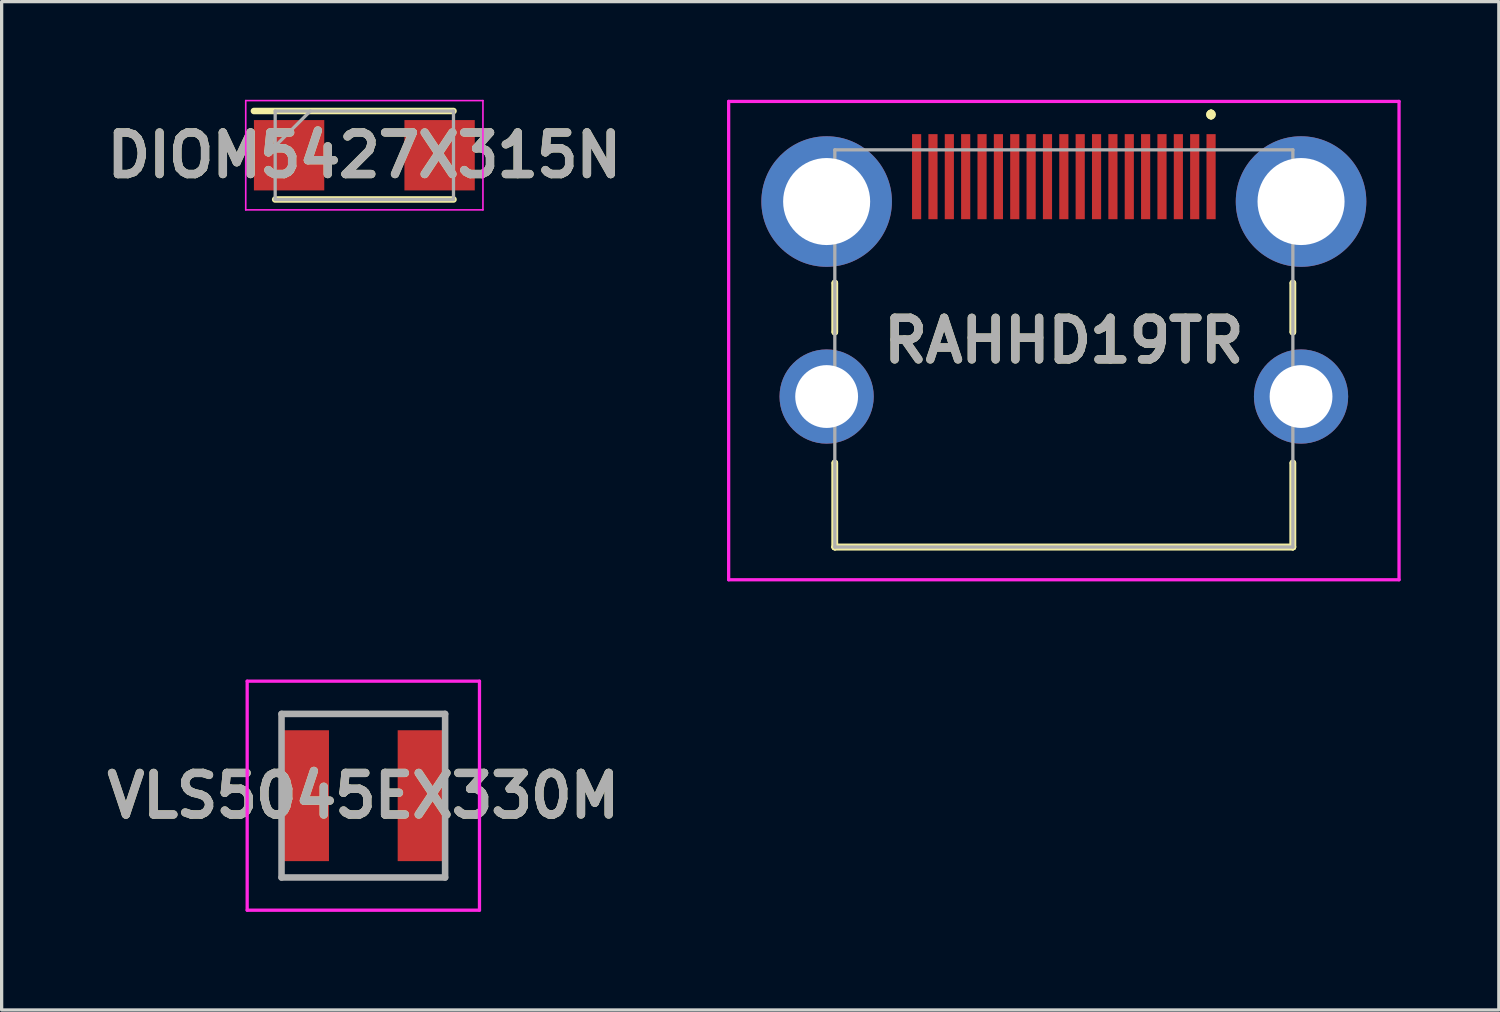
<source format=kicad_pcb>
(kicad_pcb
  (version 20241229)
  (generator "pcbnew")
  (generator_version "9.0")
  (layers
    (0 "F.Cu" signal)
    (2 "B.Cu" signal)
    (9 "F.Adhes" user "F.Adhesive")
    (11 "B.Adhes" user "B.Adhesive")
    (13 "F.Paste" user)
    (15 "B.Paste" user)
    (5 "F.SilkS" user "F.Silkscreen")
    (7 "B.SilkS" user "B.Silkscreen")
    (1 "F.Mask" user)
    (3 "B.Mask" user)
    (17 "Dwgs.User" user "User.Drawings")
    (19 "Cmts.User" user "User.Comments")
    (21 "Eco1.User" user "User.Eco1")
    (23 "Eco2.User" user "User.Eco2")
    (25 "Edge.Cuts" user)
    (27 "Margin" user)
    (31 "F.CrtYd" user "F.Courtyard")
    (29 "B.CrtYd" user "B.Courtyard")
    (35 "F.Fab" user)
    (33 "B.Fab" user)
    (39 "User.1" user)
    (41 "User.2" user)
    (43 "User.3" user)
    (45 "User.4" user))
  (footprint "VLS5045EX330M"
    (layer "F.Cu")
    (at 8.055 21.27)
    (property "Reference" "VLS5045EX330M" (at 0 0 0) (layer "F.SilkS") (effects (font (size 1.27 1.27) (thickness 0.254))))
    (attr smd)
    (fp_line (start -2.5 -2.5) (end 2.5 -2.5) (stroke (width 0.1) (type solid)) (layer "F.SilkS"))
    (fp_line (start -2.5 2.5) (end 2.54 2.5) (stroke (width 0.1) (type solid)) (layer "F.SilkS"))
    (fp_line (start -3.55 -3.5) (end 3.55 -3.5) (stroke (width 0.1) (type solid)) (layer "F.CrtYd"))
    (fp_line (start -3.55 3.5) (end -3.55 -3.5) (stroke (width 0.1) (type solid)) (layer "F.CrtYd"))
    (fp_line (start 3.55 -3.5) (end 3.55 3.5) (stroke (width 0.1) (type solid)) (layer "F.CrtYd"))
    (fp_line (start 3.55 3.5) (end -3.55 3.5) (stroke (width 0.1) (type solid)) (layer "F.CrtYd"))
    (fp_line (start -2.5 -2.5) (end 2.5 -2.5) (stroke (width 0.2) (type solid)) (layer "F.Fab"))
    (fp_line (start -2.5 2.5) (end -2.5 -2.5) (stroke (width 0.2) (type solid)) (layer "F.Fab"))
    (fp_line (start 2.5 -2.5) (end 2.5 2.5) (stroke (width 0.2) (type solid)) (layer "F.Fab"))
    (fp_line (start 2.5 2.5) (end -2.5 2.5) (stroke (width 0.2) (type solid)) (layer "F.Fab"))
    (fp_text user "${REFERENCE}" (at 0 0 0) (layer "F.Fab") (effects (font (size 1.27 1.27) (thickness 0.254))))
    (pad "1" smd rect (at -1.8 0) (size 1.5 4) (layers "F.Cu" "F.Mask" "F.Paste"))
    (pad "2" smd rect (at 1.8 0) (size 1.5 4) (layers "F.Cu" "F.Mask" "F.Paste")))
  (footprint "RAHHD19TR"
    (layer "F.Cu")
    (at 29.466 7.6)
    (property "Reference" "RAHHD19TR" (at 0 -0.24 0) (layer "F.SilkS") (effects (font (size 1.27 1.27) (thickness 0.254))))
    (attr through_hole)
    (fp_line (start -7 -2) (end -7 -2) (stroke (width 0.2) (type solid)) (layer "F.SilkS"))
    (fp_line (start -7 -2) (end -7 -0.5) (stroke (width 0.2) (type solid)) (layer "F.SilkS"))
    (fp_line (start -7 -0.5) (end -7 -2) (stroke (width 0.2) (type solid)) (layer "F.SilkS"))
    (fp_line (start -7 -0.5) (end -7 -0.5) (stroke (width 0.2) (type solid)) (layer "F.SilkS"))
    (fp_line (start -7 3.5) (end -7 3.5) (stroke (width 0.2) (type solid)) (layer "F.SilkS"))
    (fp_line (start -7 3.5) (end -7 6.07) (stroke (width 0.2) (type solid)) (layer "F.SilkS"))
    (fp_line (start -7 6.07) (end -7 3.5) (stroke (width 0.2) (type solid)) (layer "F.SilkS"))
    (fp_line (start -7 6.07) (end -7 6.07) (stroke (width 0.2) (type solid)) (layer "F.SilkS"))
    (fp_line (start -7 6.07) (end -7 6.07) (stroke (width 0.2) (type solid)) (layer "F.SilkS"))
    (fp_line (start -7 6.07) (end 7 6.07) (stroke (width 0.2) (type solid)) (layer "F.SilkS"))
    (fp_line (start 4.5 -7.2) (end 4.5 -7.2) (stroke (width 0.2) (type solid)) (layer "F.SilkS"))
    (fp_line (start 4.5 -7.2) (end 4.5 -7.2) (stroke (width 0.2) (type solid)) (layer "F.SilkS"))
    (fp_line (start 4.5 -7.1) (end 4.5 -7.1) (stroke (width 0.2) (type solid)) (layer "F.SilkS"))
    (fp_line (start 7 -2) (end 7 -2) (stroke (width 0.2) (type solid)) (layer "F.SilkS"))
    (fp_line (start 7 -2) (end 7 -0.5) (stroke (width 0.2) (type solid)) (layer "F.SilkS"))
    (fp_line (start 7 -0.5) (end 7 -2) (stroke (width 0.2) (type solid)) (layer "F.SilkS"))
    (fp_line (start 7 -0.5) (end 7 -0.5) (stroke (width 0.2) (type solid)) (layer "F.SilkS"))
    (fp_line (start 7 3.5) (end 7 3.5) (stroke (width 0.2) (type solid)) (layer "F.SilkS"))
    (fp_line (start 7 3.5) (end 7 6.07) (stroke (width 0.2) (type solid)) (layer "F.SilkS"))
    (fp_line (start 7 6.07) (end -7 6.07) (stroke (width 0.2) (type solid)) (layer "F.SilkS"))
    (fp_line (start 7 6.07) (end 7 3.5) (stroke (width 0.2) (type solid)) (layer "F.SilkS"))
    (fp_line (start 7 6.07) (end 7 6.07) (stroke (width 0.2) (type solid)) (layer "F.SilkS"))
    (fp_line (start 7 6.07) (end 7 6.07) (stroke (width 0.2) (type solid)) (layer "F.SilkS"))
    (fp_arc (start 4.5 -7.2) (mid 4.55 -7.15) (end 4.5 -7.1) (stroke (width 0.2) (type solid)) (layer "F.SilkS"))
    (fp_arc (start 4.5 -7.1) (mid 4.45 -7.15) (end 4.5 -7.2) (stroke (width 0.2) (type solid)) (layer "F.SilkS"))
    (fp_arc (start 4.5 -7.1) (mid 4.45 -7.15) (end 4.5 -7.2) (stroke (width 0.2) (type solid)) (layer "F.SilkS"))
    (fp_line (start -10.245 -7.55) (end 10.245 -7.55) (stroke (width 0.1) (type solid)) (layer "F.CrtYd"))
    (fp_line (start -10.245 7.07) (end -10.245 -7.55) (stroke (width 0.1) (type solid)) (layer "F.CrtYd"))
    (fp_line (start 10.245 -7.55) (end 10.245 7.07) (stroke (width 0.1) (type solid)) (layer "F.CrtYd"))
    (fp_line (start 10.245 7.07) (end -10.245 7.07) (stroke (width 0.1) (type solid)) (layer "F.CrtYd"))
    (fp_line (start -7 -6.07) (end -7 6.07) (stroke (width 0.1) (type solid)) (layer "F.Fab"))
    (fp_line (start -7 6.07) (end 7 6.07) (stroke (width 0.1) (type solid)) (layer "F.Fab"))
    (fp_line (start 7 -6.07) (end -7 -6.07) (stroke (width 0.1) (type solid)) (layer "F.Fab"))
    (fp_line (start 7 6.07) (end 7 -6.07) (stroke (width 0.1) (type solid)) (layer "F.Fab"))
    (fp_text user "${REFERENCE}" (at 0 -0.24 0) (layer "F.Fab") (effects (font (size 1.27 1.27) (thickness 0.254))))
    (pad "1" smd rect (at 4.5 -5.25) (size 0.28 2.6) (layers "F.Cu" "F.Mask" "F.Paste"))
    (pad "2" smd rect (at 4 -5.25) (size 0.28 2.6) (layers "F.Cu" "F.Mask" "F.Paste"))
    (pad "3" smd rect (at 3.5 -5.25) (size 0.28 2.6) (layers "F.Cu" "F.Mask" "F.Paste"))
    (pad "4" smd rect (at 3 -5.25) (size 0.28 2.6) (layers "F.Cu" "F.Mask" "F.Paste"))
    (pad "5" smd rect (at 2.5 -5.25) (size 0.28 2.6) (layers "F.Cu" "F.Mask" "F.Paste"))
    (pad "6" smd rect (at 2 -5.25) (size 0.28 2.6) (layers "F.Cu" "F.Mask" "F.Paste"))
    (pad "7" smd rect (at 1.5 -5.25) (size 0.28 2.6) (layers "F.Cu" "F.Mask" "F.Paste"))
    (pad "8" smd rect (at 1 -5.25) (size 0.28 2.6) (layers "F.Cu" "F.Mask" "F.Paste"))
    (pad "9" smd rect (at 0.5 -5.25) (size 0.28 2.6) (layers "F.Cu" "F.Mask" "F.Paste"))
    (pad "10" smd rect (at 0 -5.25) (size 0.28 2.6) (layers "F.Cu" "F.Mask" "F.Paste"))
    (pad "11" smd rect (at -0.5 -5.25) (size 0.28 2.6) (layers "F.Cu" "F.Mask" "F.Paste"))
    (pad "12" smd rect (at -1 -5.25) (size 0.28 2.6) (layers "F.Cu" "F.Mask" "F.Paste"))
    (pad "13" smd rect (at -1.5 -5.25) (size 0.28 2.6) (layers "F.Cu" "F.Mask" "F.Paste"))
    (pad "14" smd rect (at -2 -5.25) (size 0.28 2.6) (layers "F.Cu" "F.Mask" "F.Paste"))
    (pad "15" smd rect (at -2.5 -5.25) (size 0.28 2.6) (layers "F.Cu" "F.Mask" "F.Paste"))
    (pad "16" smd rect (at -3 -5.25) (size 0.28 2.6) (layers "F.Cu" "F.Mask" "F.Paste"))
    (pad "17" smd rect (at -3.5 -5.25) (size 0.28 2.6) (layers "F.Cu" "F.Mask" "F.Paste"))
    (pad "18" smd rect (at -4 -5.25) (size 0.28 2.6) (layers "F.Cu" "F.Mask" "F.Paste"))
    (pad "19" smd rect (at -4.5 -5.25) (size 0.28 2.6) (layers "F.Cu" "F.Mask" "F.Paste"))
    (pad "MH1" thru_hole circle (at 7.25 -4.49) (size 3.99 3.99) (drill 2.66) (layers "*.Cu" "*.Mask"))
    (pad "MH2" thru_hole circle (at -7.25 -4.49) (size 3.99 3.99) (drill 2.66) (layers "*.Cu" "*.Mask"))
    (pad "MH3" thru_hole circle (at 7.25 1.47) (size 2.88 2.88) (drill 1.92) (layers "*.Cu" "*.Mask"))
    (pad "MH4" thru_hole circle (at -7.25 1.47) (size 2.88 2.88) (drill 1.92) (layers "*.Cu" "*.Mask")))
  (footprint "DIOM5427X315N"
    (layer "F.Cu")
    (at 8.086 1.695)
    (property "Reference" "DIOM5427X315N" (at 0 0 0) (layer "F.SilkS") (effects (font (size 1.27 1.27) (thickness 0.254))))
    (attr smd)
    (fp_line (start -2.725 1.352) (end 2.725 1.352) (stroke (width 0.2) (type solid)) (layer "F.SilkS"))
    (fp_line (start 2.725 -1.352) (end -3.375 -1.352) (stroke (width 0.2) (type solid)) (layer "F.SilkS"))
    (fp_line (start -3.625 -1.67) (end 3.625 -1.67) (stroke (width 0.05) (type solid)) (layer "F.CrtYd"))
    (fp_line (start -3.625 1.67) (end -3.625 -1.67) (stroke (width 0.05) (type solid)) (layer "F.CrtYd"))
    (fp_line (start 3.625 -1.67) (end 3.625 1.67) (stroke (width 0.05) (type solid)) (layer "F.CrtYd"))
    (fp_line (start 3.625 1.67) (end -3.625 1.67) (stroke (width 0.05) (type solid)) (layer "F.CrtYd"))
    (fp_line (start -2.725 -1.352) (end 2.725 -1.352) (stroke (width 0.1) (type solid)) (layer "F.Fab"))
    (fp_line (start -2.725 -0.278) (end -1.65 -1.352) (stroke (width 0.1) (type solid)) (layer "F.Fab"))
    (fp_line (start -2.725 1.352) (end -2.725 -1.352) (stroke (width 0.1) (type solid)) (layer "F.Fab"))
    (fp_line (start 2.725 -1.352) (end 2.725 1.352) (stroke (width 0.1) (type solid)) (layer "F.Fab"))
    (fp_line (start 2.725 1.352) (end -2.725 1.352) (stroke (width 0.1) (type solid)) (layer "F.Fab"))
    (fp_text user "${REFERENCE}" (at 0 0 0) (layer "F.Fab") (effects (font (size 1.27 1.27) (thickness 0.254))))
    (pad "1" smd rect (at -2.3 0 90) (size 2.15 2.15) (layers "F.Cu" "F.Mask" "F.Paste"))
    (pad "2" smd rect (at 2.3 0 90) (size 2.15 2.15) (layers "F.Cu" "F.Mask" "F.Paste")))
  (gr_rect
    (start -3 -3)
    (end 42.761 27.82)
    (stroke (width 0.1) (type default))
    (fill no)
    (layer "Edge.Cuts")))
</source>
